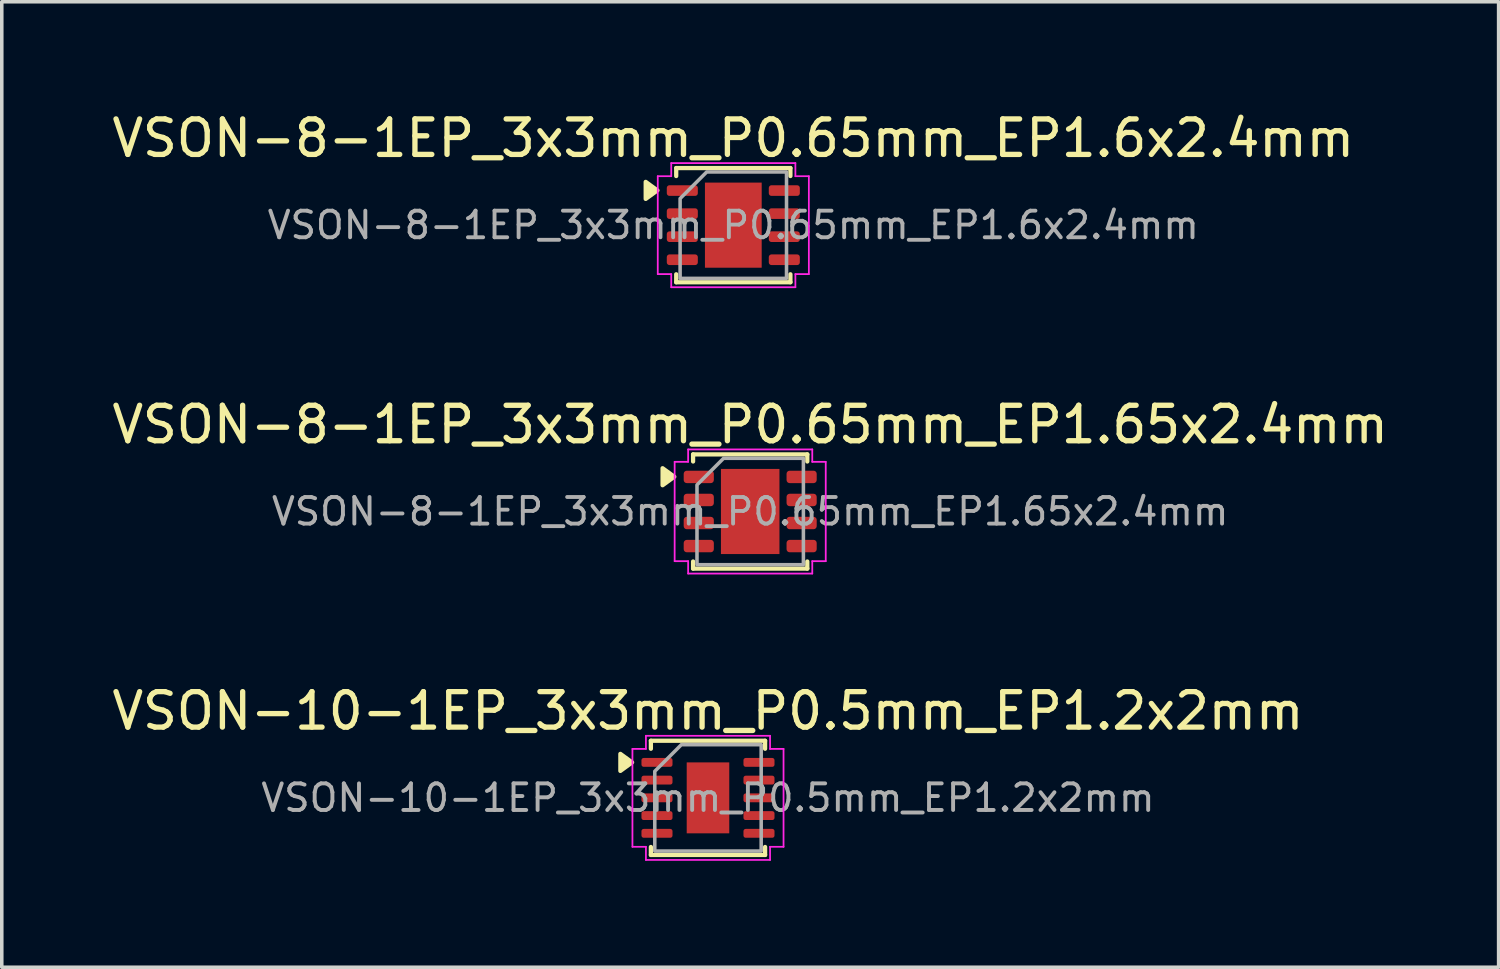
<source format=kicad_pcb>
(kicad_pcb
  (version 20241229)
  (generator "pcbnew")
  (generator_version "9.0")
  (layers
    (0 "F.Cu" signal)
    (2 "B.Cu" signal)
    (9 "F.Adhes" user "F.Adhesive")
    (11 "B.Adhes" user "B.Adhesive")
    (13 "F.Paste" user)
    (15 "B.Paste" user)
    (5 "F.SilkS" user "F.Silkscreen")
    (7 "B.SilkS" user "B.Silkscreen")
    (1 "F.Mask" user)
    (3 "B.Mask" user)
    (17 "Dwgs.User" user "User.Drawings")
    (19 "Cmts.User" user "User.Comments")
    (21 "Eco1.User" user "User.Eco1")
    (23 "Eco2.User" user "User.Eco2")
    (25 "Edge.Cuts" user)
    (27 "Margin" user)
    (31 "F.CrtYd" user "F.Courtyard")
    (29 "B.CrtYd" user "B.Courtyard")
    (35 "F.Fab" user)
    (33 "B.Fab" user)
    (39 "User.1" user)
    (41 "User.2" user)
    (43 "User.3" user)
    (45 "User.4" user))
  (footprint "VSON-8-1EP_3x3mm_P0.65mm_EP1.65x2.4mm"
    (layer "F.Cu")
    (at 18.101 11.371)
    (property "Reference" "VSON-8-1EP_3x3mm_P0.65mm_EP1.65x2.4mm" (at 0 -2.45 0) (layer "F.SilkS") (effects (font (size 1 1) (thickness 0.15))))
    (attr smd)
    (fp_line (start -1.61 -1.61) (end 1.61 -1.61) (stroke (width 0.12) (type solid)) (layer "F.SilkS"))
    (fp_line (start -1.61 -1.41) (end -1.61 -1.61) (stroke (width 0.12) (type solid)) (layer "F.SilkS"))
    (fp_line (start -1.61 1.61) (end -1.61 1.41) (stroke (width 0.12) (type solid)) (layer "F.SilkS"))
    (fp_line (start 1.61 -1.61) (end 1.61 -1.41) (stroke (width 0.12) (type solid)) (layer "F.SilkS"))
    (fp_line (start 1.61 1.41) (end 1.61 1.61) (stroke (width 0.12) (type solid)) (layer "F.SilkS"))
    (fp_line (start 1.61 1.61) (end -1.61 1.61) (stroke (width 0.12) (type solid)) (layer "F.SilkS"))
    (fp_poly (pts (xy -2.14 -0.98) (xy -2.47 -0.74) (xy -2.47 -1.22)) (stroke (width 0.12) (type solid)) (fill yes) (layer "F.SilkS"))
    (fp_line (start -2.13 -1.4) (end -1.75 -1.4) (stroke (width 0.05) (type solid)) (layer "F.CrtYd"))
    (fp_line (start -2.13 1.4) (end -2.13 -1.4) (stroke (width 0.05) (type solid)) (layer "F.CrtYd"))
    (fp_line (start -1.75 -1.75) (end 1.75 -1.75) (stroke (width 0.05) (type solid)) (layer "F.CrtYd"))
    (fp_line (start -1.75 -1.4) (end -1.75 -1.75) (stroke (width 0.05) (type solid)) (layer "F.CrtYd"))
    (fp_line (start -1.75 1.4) (end -2.13 1.4) (stroke (width 0.05) (type solid)) (layer "F.CrtYd"))
    (fp_line (start -1.75 1.75) (end -1.75 1.4) (stroke (width 0.05) (type solid)) (layer "F.CrtYd"))
    (fp_line (start 1.75 -1.75) (end 1.75 -1.4) (stroke (width 0.05) (type solid)) (layer "F.CrtYd"))
    (fp_line (start 1.75 -1.4) (end 2.13 -1.4) (stroke (width 0.05) (type solid)) (layer "F.CrtYd"))
    (fp_line (start 1.75 1.4) (end 1.75 1.75) (stroke (width 0.05) (type solid)) (layer "F.CrtYd"))
    (fp_line (start 1.75 1.75) (end -1.75 1.75) (stroke (width 0.05) (type solid)) (layer "F.CrtYd"))
    (fp_line (start 2.13 -1.4) (end 2.13 1.4) (stroke (width 0.05) (type solid)) (layer "F.CrtYd"))
    (fp_line (start 2.13 1.4) (end 1.75 1.4) (stroke (width 0.05) (type solid)) (layer "F.CrtYd"))
    (fp_poly (pts (xy -1.5 -0.75) (xy -1.5 1.5) (xy 1.5 1.5) (xy 1.5 -1.5) (xy -0.75 -1.5)) (stroke (width 0.1) (type solid)) (fill no) (layer "F.Fab"))
    (fp_text user "${REFERENCE}" (at 0 0 0) (layer "F.Fab") (effects (font (size 0.75 0.75) (thickness 0.11))))
    (pad "" smd roundrect (at 0 -0.6) (size 1.33 0.97) (layers "F.Paste") (roundrect_rratio 0.25))
    (pad "" smd roundrect (at 0 0.6) (size 1.33 0.97) (layers "F.Paste") (roundrect_rratio 0.25))
    (pad "1" smd roundrect (at -1.45 -0.975) (size 0.85 0.35) (layers "F.Cu" "F.Mask" "F.Paste") (roundrect_rratio 0.25))
    (pad "2" smd roundrect (at -1.45 -0.325) (size 0.85 0.35) (layers "F.Cu" "F.Mask" "F.Paste") (roundrect_rratio 0.25))
    (pad "3" smd roundrect (at -1.45 0.325) (size 0.85 0.35) (layers "F.Cu" "F.Mask" "F.Paste") (roundrect_rratio 0.25))
    (pad "4" smd roundrect (at -1.45 0.975) (size 0.85 0.35) (layers "F.Cu" "F.Mask" "F.Paste") (roundrect_rratio 0.25))
    (pad "5" smd roundrect (at 1.45 0.975) (size 0.85 0.35) (layers "F.Cu" "F.Mask" "F.Paste") (roundrect_rratio 0.25))
    (pad "6" smd roundrect (at 1.45 0.325) (size 0.85 0.35) (layers "F.Cu" "F.Mask" "F.Paste") (roundrect_rratio 0.25))
    (pad "7" smd roundrect (at 1.45 -0.325) (size 0.85 0.35) (layers "F.Cu" "F.Mask" "F.Paste") (roundrect_rratio 0.25))
    (pad "8" smd roundrect (at 1.45 -0.975) (size 0.85 0.35) (layers "F.Cu" "F.Mask" "F.Paste") (roundrect_rratio 0.25))
    (pad "9" smd rect (at 0 0) (size 1.65 2.4) (property pad_prop_heatsink) (layers "F.Cu" "F.Mask")))
  (footprint "VSON-10-1EP_3x3mm_P0.5mm_EP1.2x2mm"
    (layer "F.Cu")
    (at 16.911 19.445)
    (property "Reference" "VSON-10-1EP_3x3mm_P0.5mm_EP1.2x2mm" (at 0 -2.45 0) (layer "F.SilkS") (effects (font (size 1 1) (thickness 0.15))))
    (attr smd)
    (fp_line (start -1.61 -1.61) (end 1.61 -1.61) (stroke (width 0.12) (type solid)) (layer "F.SilkS"))
    (fp_line (start -1.61 -1.385) (end -1.61 -1.61) (stroke (width 0.12) (type solid)) (layer "F.SilkS"))
    (fp_line (start -1.61 1.61) (end -1.61 1.385) (stroke (width 0.12) (type solid)) (layer "F.SilkS"))
    (fp_line (start 1.61 -1.61) (end 1.61 -1.385) (stroke (width 0.12) (type solid)) (layer "F.SilkS"))
    (fp_line (start 1.61 1.385) (end 1.61 1.61) (stroke (width 0.12) (type solid)) (layer "F.SilkS"))
    (fp_line (start 1.61 1.61) (end -1.61 1.61) (stroke (width 0.12) (type solid)) (layer "F.SilkS"))
    (fp_poly (pts (xy -2.14 -1) (xy -2.47 -0.76) (xy -2.47 -1.24)) (stroke (width 0.12) (type solid)) (fill yes) (layer "F.SilkS"))
    (fp_line (start -2.13 -1.38) (end -1.75 -1.38) (stroke (width 0.05) (type solid)) (layer "F.CrtYd"))
    (fp_line (start -2.13 1.38) (end -2.13 -1.38) (stroke (width 0.05) (type solid)) (layer "F.CrtYd"))
    (fp_line (start -1.75 -1.75) (end 1.75 -1.75) (stroke (width 0.05) (type solid)) (layer "F.CrtYd"))
    (fp_line (start -1.75 -1.38) (end -1.75 -1.75) (stroke (width 0.05) (type solid)) (layer "F.CrtYd"))
    (fp_line (start -1.75 1.38) (end -2.13 1.38) (stroke (width 0.05) (type solid)) (layer "F.CrtYd"))
    (fp_line (start -1.75 1.75) (end -1.75 1.38) (stroke (width 0.05) (type solid)) (layer "F.CrtYd"))
    (fp_line (start 1.75 -1.75) (end 1.75 -1.38) (stroke (width 0.05) (type solid)) (layer "F.CrtYd"))
    (fp_line (start 1.75 -1.38) (end 2.13 -1.38) (stroke (width 0.05) (type solid)) (layer "F.CrtYd"))
    (fp_line (start 1.75 1.38) (end 1.75 1.75) (stroke (width 0.05) (type solid)) (layer "F.CrtYd"))
    (fp_line (start 1.75 1.75) (end -1.75 1.75) (stroke (width 0.05) (type solid)) (layer "F.CrtYd"))
    (fp_line (start 2.13 -1.38) (end 2.13 1.38) (stroke (width 0.05) (type solid)) (layer "F.CrtYd"))
    (fp_line (start 2.13 1.38) (end 1.75 1.38) (stroke (width 0.05) (type solid)) (layer "F.CrtYd"))
    (fp_poly (pts (xy -1.5 -0.75) (xy -1.5 1.5) (xy 1.5 1.5) (xy 1.5 -1.5) (xy -0.75 -1.5)) (stroke (width 0.1) (type solid)) (fill no) (layer "F.Fab"))
    (fp_text user "${REFERENCE}" (at 0 0 0) (layer "F.Fab") (effects (font (size 0.75 0.75) (thickness 0.11))))
    (pad "" smd roundrect (at -0.3 -0.5) (size 0.48 0.81) (layers "F.Paste") (roundrect_rratio 0.25))
    (pad "" smd roundrect (at -0.3 0.5) (size 0.48 0.81) (layers "F.Paste") (roundrect_rratio 0.25))
    (pad "" smd roundrect (at 0.3 -0.5) (size 0.48 0.81) (layers "F.Paste") (roundrect_rratio 0.25))
    (pad "" smd roundrect (at 0.3 0.5) (size 0.48 0.81) (layers "F.Paste") (roundrect_rratio 0.25))
    (pad "1" smd roundrect (at -1.438 -1) (size 0.875 0.25) (layers "F.Cu" "F.Mask" "F.Paste") (roundrect_rratio 0.25))
    (pad "2" smd roundrect (at -1.438 -0.5) (size 0.875 0.25) (layers "F.Cu" "F.Mask" "F.Paste") (roundrect_rratio 0.25))
    (pad "3" smd roundrect (at -1.438 0) (size 0.875 0.25) (layers "F.Cu" "F.Mask" "F.Paste") (roundrect_rratio 0.25))
    (pad "4" smd roundrect (at -1.438 0.5) (size 0.875 0.25) (layers "F.Cu" "F.Mask" "F.Paste") (roundrect_rratio 0.25))
    (pad "5" smd roundrect (at -1.438 1) (size 0.875 0.25) (layers "F.Cu" "F.Mask" "F.Paste") (roundrect_rratio 0.25))
    (pad "6" smd roundrect (at 1.438 1) (size 0.875 0.25) (layers "F.Cu" "F.Mask" "F.Paste") (roundrect_rratio 0.25))
    (pad "7" smd roundrect (at 1.438 0.5) (size 0.875 0.25) (layers "F.Cu" "F.Mask" "F.Paste") (roundrect_rratio 0.25))
    (pad "8" smd roundrect (at 1.438 0) (size 0.875 0.25) (layers "F.Cu" "F.Mask" "F.Paste") (roundrect_rratio 0.25))
    (pad "9" smd roundrect (at 1.438 -0.5) (size 0.875 0.25) (layers "F.Cu" "F.Mask" "F.Paste") (roundrect_rratio 0.25))
    (pad "10" smd roundrect (at 1.438 -1) (size 0.875 0.25) (layers "F.Cu" "F.Mask" "F.Paste") (roundrect_rratio 0.25))
    (pad "11" smd rect (at 0 0) (size 1.2 2) (property pad_prop_heatsink) (layers "F.Cu" "F.Mask")))
  (footprint "VSON-8-1EP_3x3mm_P0.65mm_EP1.6x2.4mm"
    (layer "F.Cu")
    (at 17.625 3.298)
    (property "Reference" "VSON-8-1EP_3x3mm_P0.65mm_EP1.6x2.4mm" (at 0 -2.45 0) (layer "F.SilkS") (effects (font (size 1 1) (thickness 0.15))))
    (attr smd)
    (fp_line (start -1.61 -1.61) (end 1.61 -1.61) (stroke (width 0.12) (type solid)) (layer "F.SilkS"))
    (fp_line (start -1.61 -1.385) (end -1.61 -1.61) (stroke (width 0.12) (type solid)) (layer "F.SilkS"))
    (fp_line (start -1.61 1.61) (end -1.61 1.385) (stroke (width 0.12) (type solid)) (layer "F.SilkS"))
    (fp_line (start 1.61 -1.61) (end 1.61 -1.385) (stroke (width 0.12) (type solid)) (layer "F.SilkS"))
    (fp_line (start 1.61 1.385) (end 1.61 1.61) (stroke (width 0.12) (type solid)) (layer "F.SilkS"))
    (fp_line (start 1.61 1.61) (end -1.61 1.61) (stroke (width 0.12) (type solid)) (layer "F.SilkS"))
    (fp_poly (pts (xy -2.14 -0.98) (xy -2.47 -0.74) (xy -2.47 -1.22)) (stroke (width 0.12) (type solid)) (fill yes) (layer "F.SilkS"))
    (fp_line (start -2.13 -1.38) (end -1.75 -1.38) (stroke (width 0.05) (type solid)) (layer "F.CrtYd"))
    (fp_line (start -2.13 1.38) (end -2.13 -1.38) (stroke (width 0.05) (type solid)) (layer "F.CrtYd"))
    (fp_line (start -1.75 -1.75) (end 1.75 -1.75) (stroke (width 0.05) (type solid)) (layer "F.CrtYd"))
    (fp_line (start -1.75 -1.38) (end -1.75 -1.75) (stroke (width 0.05) (type solid)) (layer "F.CrtYd"))
    (fp_line (start -1.75 1.38) (end -2.13 1.38) (stroke (width 0.05) (type solid)) (layer "F.CrtYd"))
    (fp_line (start -1.75 1.75) (end -1.75 1.38) (stroke (width 0.05) (type solid)) (layer "F.CrtYd"))
    (fp_line (start 1.75 -1.75) (end 1.75 -1.38) (stroke (width 0.05) (type solid)) (layer "F.CrtYd"))
    (fp_line (start 1.75 -1.38) (end 2.13 -1.38) (stroke (width 0.05) (type solid)) (layer "F.CrtYd"))
    (fp_line (start 1.75 1.38) (end 1.75 1.75) (stroke (width 0.05) (type solid)) (layer "F.CrtYd"))
    (fp_line (start 1.75 1.75) (end -1.75 1.75) (stroke (width 0.05) (type solid)) (layer "F.CrtYd"))
    (fp_line (start 2.13 -1.38) (end 2.13 1.38) (stroke (width 0.05) (type solid)) (layer "F.CrtYd"))
    (fp_line (start 2.13 1.38) (end 1.75 1.38) (stroke (width 0.05) (type solid)) (layer "F.CrtYd"))
    (fp_poly (pts (xy -1.5 -0.75) (xy -1.5 1.5) (xy 1.5 1.5) (xy 1.5 -1.5) (xy -0.75 -1.5)) (stroke (width 0.1) (type solid)) (fill no) (layer "F.Fab"))
    (fp_text user "${REFERENCE}" (at 0 0 0) (layer "F.Fab") (effects (font (size 0.75 0.75) (thickness 0.11))))
    (pad "" smd roundrect (at 0 -0.6) (size 1.29 0.97) (layers "F.Paste") (roundrect_rratio 0.25))
    (pad "" smd roundrect (at 0 0.6) (size 1.29 0.97) (layers "F.Paste") (roundrect_rratio 0.25))
    (pad "1" smd roundrect (at -1.438 -0.975) (size 0.875 0.3) (layers "F.Cu" "F.Mask" "F.Paste") (roundrect_rratio 0.25))
    (pad "2" smd roundrect (at -1.438 -0.325) (size 0.875 0.3) (layers "F.Cu" "F.Mask" "F.Paste") (roundrect_rratio 0.25))
    (pad "3" smd roundrect (at -1.438 0.325) (size 0.875 0.3) (layers "F.Cu" "F.Mask" "F.Paste") (roundrect_rratio 0.25))
    (pad "4" smd roundrect (at -1.438 0.975) (size 0.875 0.3) (layers "F.Cu" "F.Mask" "F.Paste") (roundrect_rratio 0.25))
    (pad "5" smd roundrect (at 1.438 0.975) (size 0.875 0.3) (layers "F.Cu" "F.Mask" "F.Paste") (roundrect_rratio 0.25))
    (pad "6" smd roundrect (at 1.438 0.325) (size 0.875 0.3) (layers "F.Cu" "F.Mask" "F.Paste") (roundrect_rratio 0.25))
    (pad "7" smd roundrect (at 1.438 -0.325) (size 0.875 0.3) (layers "F.Cu" "F.Mask" "F.Paste") (roundrect_rratio 0.25))
    (pad "8" smd roundrect (at 1.438 -0.975) (size 0.875 0.3) (layers "F.Cu" "F.Mask" "F.Paste") (roundrect_rratio 0.25))
    (pad "9" smd rect (at 0 0) (size 1.6 2.4) (property pad_prop_heatsink) (layers "F.Cu" "F.Mask")))
  (gr_rect
    (start -3 -3)
    (end 39.202 24.22)
    (stroke (width 0.1) (type default))
    (fill no)
    (layer "Edge.Cuts")))
</source>
